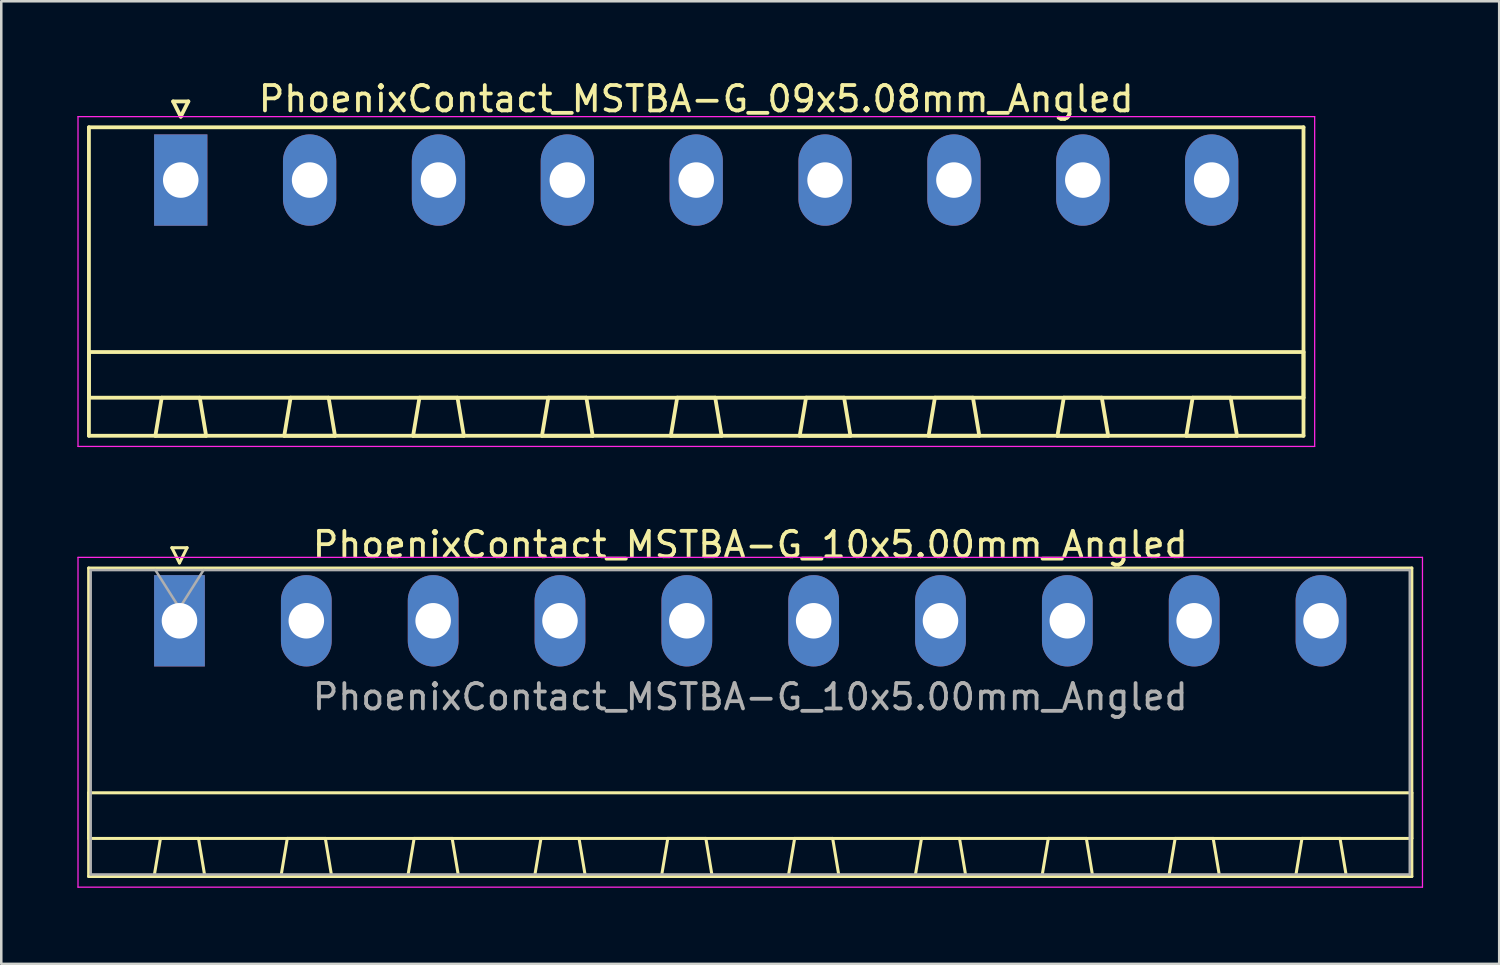
<source format=kicad_pcb>
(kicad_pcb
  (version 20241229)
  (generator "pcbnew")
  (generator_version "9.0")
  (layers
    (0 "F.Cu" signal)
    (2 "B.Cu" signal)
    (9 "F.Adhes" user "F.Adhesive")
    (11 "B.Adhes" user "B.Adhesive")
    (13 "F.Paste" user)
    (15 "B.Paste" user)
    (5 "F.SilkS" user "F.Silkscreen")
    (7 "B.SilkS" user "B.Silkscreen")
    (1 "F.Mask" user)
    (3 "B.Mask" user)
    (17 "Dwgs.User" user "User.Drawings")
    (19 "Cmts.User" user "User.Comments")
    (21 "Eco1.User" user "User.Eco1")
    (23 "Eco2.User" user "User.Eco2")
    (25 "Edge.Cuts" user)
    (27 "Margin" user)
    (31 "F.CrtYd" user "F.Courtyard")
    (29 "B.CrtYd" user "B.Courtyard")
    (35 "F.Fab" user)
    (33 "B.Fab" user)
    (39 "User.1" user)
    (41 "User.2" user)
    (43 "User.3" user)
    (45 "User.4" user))
  (footprint "PhoenixContact_MSTBA-G_10x5.00mm_Angled"
    (layer "F.Cu")
    (at 4.025 21.422)
    (property "Reference" "PhoenixContact_MSTBA-G_10x5.00mm_Angled" (at 22.5 -3 0) (layer "F.SilkS") (effects (font (size 1 1) (thickness 0.15))))
    (attr through_hole)
    (fp_line (start -3.58 -2.08) (end -3.58 10.08) (stroke (width 0.12) (type solid)) (layer "F.SilkS"))
    (fp_line (start -3.58 6.78) (end 48.58 6.78) (stroke (width 0.12) (type solid)) (layer "F.SilkS"))
    (fp_line (start -3.58 8.58) (end -3.58 6.78) (stroke (width 0.12) (type solid)) (layer "F.SilkS"))
    (fp_line (start -3.58 10.08) (end 48.58 10.08) (stroke (width 0.12) (type solid)) (layer "F.SilkS"))
    (fp_line (start -1 10.08) (end 1 10.08) (stroke (width 0.12) (type solid)) (layer "F.SilkS"))
    (fp_line (start -0.75 8.58) (end -1 10.08) (stroke (width 0.12) (type solid)) (layer "F.SilkS"))
    (fp_line (start -0.3 -2.88) (end 0.3 -2.88) (stroke (width 0.12) (type solid)) (layer "F.SilkS"))
    (fp_line (start 0 -2.28) (end -0.3 -2.88) (stroke (width 0.12) (type solid)) (layer "F.SilkS"))
    (fp_line (start 0.3 -2.88) (end 0 -2.28) (stroke (width 0.12) (type solid)) (layer "F.SilkS"))
    (fp_line (start 0.75 8.58) (end -0.75 8.58) (stroke (width 0.12) (type solid)) (layer "F.SilkS"))
    (fp_line (start 1 10.08) (end 0.75 8.58) (stroke (width 0.12) (type solid)) (layer "F.SilkS"))
    (fp_line (start 4 10.08) (end 6 10.08) (stroke (width 0.12) (type solid)) (layer "F.SilkS"))
    (fp_line (start 4.25 8.58) (end 4 10.08) (stroke (width 0.12) (type solid)) (layer "F.SilkS"))
    (fp_line (start 5.75 8.58) (end 4.25 8.58) (stroke (width 0.12) (type solid)) (layer "F.SilkS"))
    (fp_line (start 6 10.08) (end 5.75 8.58) (stroke (width 0.12) (type solid)) (layer "F.SilkS"))
    (fp_line (start 9 10.08) (end 11 10.08) (stroke (width 0.12) (type solid)) (layer "F.SilkS"))
    (fp_line (start 9.25 8.58) (end 9 10.08) (stroke (width 0.12) (type solid)) (layer "F.SilkS"))
    (fp_line (start 10.75 8.58) (end 9.25 8.58) (stroke (width 0.12) (type solid)) (layer "F.SilkS"))
    (fp_line (start 11 10.08) (end 10.75 8.58) (stroke (width 0.12) (type solid)) (layer "F.SilkS"))
    (fp_line (start 14 10.08) (end 16 10.08) (stroke (width 0.12) (type solid)) (layer "F.SilkS"))
    (fp_line (start 14.25 8.58) (end 14 10.08) (stroke (width 0.12) (type solid)) (layer "F.SilkS"))
    (fp_line (start 15.75 8.58) (end 14.25 8.58) (stroke (width 0.12) (type solid)) (layer "F.SilkS"))
    (fp_line (start 16 10.08) (end 15.75 8.58) (stroke (width 0.12) (type solid)) (layer "F.SilkS"))
    (fp_line (start 19 10.08) (end 21 10.08) (stroke (width 0.12) (type solid)) (layer "F.SilkS"))
    (fp_line (start 19.25 8.58) (end 19 10.08) (stroke (width 0.12) (type solid)) (layer "F.SilkS"))
    (fp_line (start 20.75 8.58) (end 19.25 8.58) (stroke (width 0.12) (type solid)) (layer "F.SilkS"))
    (fp_line (start 21 10.08) (end 20.75 8.58) (stroke (width 0.12) (type solid)) (layer "F.SilkS"))
    (fp_line (start 24 10.08) (end 26 10.08) (stroke (width 0.12) (type solid)) (layer "F.SilkS"))
    (fp_line (start 24.25 8.58) (end 24 10.08) (stroke (width 0.12) (type solid)) (layer "F.SilkS"))
    (fp_line (start 25.75 8.58) (end 24.25 8.58) (stroke (width 0.12) (type solid)) (layer "F.SilkS"))
    (fp_line (start 26 10.08) (end 25.75 8.58) (stroke (width 0.12) (type solid)) (layer "F.SilkS"))
    (fp_line (start 29 10.08) (end 31 10.08) (stroke (width 0.12) (type solid)) (layer "F.SilkS"))
    (fp_line (start 29.25 8.58) (end 29 10.08) (stroke (width 0.12) (type solid)) (layer "F.SilkS"))
    (fp_line (start 30.75 8.58) (end 29.25 8.58) (stroke (width 0.12) (type solid)) (layer "F.SilkS"))
    (fp_line (start 31 10.08) (end 30.75 8.58) (stroke (width 0.12) (type solid)) (layer "F.SilkS"))
    (fp_line (start 34 10.08) (end 36 10.08) (stroke (width 0.12) (type solid)) (layer "F.SilkS"))
    (fp_line (start 34.25 8.58) (end 34 10.08) (stroke (width 0.12) (type solid)) (layer "F.SilkS"))
    (fp_line (start 35.75 8.58) (end 34.25 8.58) (stroke (width 0.12) (type solid)) (layer "F.SilkS"))
    (fp_line (start 36 10.08) (end 35.75 8.58) (stroke (width 0.12) (type solid)) (layer "F.SilkS"))
    (fp_line (start 39 10.08) (end 41 10.08) (stroke (width 0.12) (type solid)) (layer "F.SilkS"))
    (fp_line (start 39.25 8.58) (end 39 10.08) (stroke (width 0.12) (type solid)) (layer "F.SilkS"))
    (fp_line (start 40.75 8.58) (end 39.25 8.58) (stroke (width 0.12) (type solid)) (layer "F.SilkS"))
    (fp_line (start 41 10.08) (end 40.75 8.58) (stroke (width 0.12) (type solid)) (layer "F.SilkS"))
    (fp_line (start 44 10.08) (end 46 10.08) (stroke (width 0.12) (type solid)) (layer "F.SilkS"))
    (fp_line (start 44.25 8.58) (end 44 10.08) (stroke (width 0.12) (type solid)) (layer "F.SilkS"))
    (fp_line (start 45.75 8.58) (end 44.25 8.58) (stroke (width 0.12) (type solid)) (layer "F.SilkS"))
    (fp_line (start 46 10.08) (end 45.75 8.58) (stroke (width 0.12) (type solid)) (layer "F.SilkS"))
    (fp_line (start 48.58 -2.08) (end -3.58 -2.08) (stroke (width 0.12) (type solid)) (layer "F.SilkS"))
    (fp_line (start 48.58 6.78) (end 48.58 8.58) (stroke (width 0.12) (type solid)) (layer "F.SilkS"))
    (fp_line (start 48.58 8.58) (end -3.58 8.58) (stroke (width 0.12) (type solid)) (layer "F.SilkS"))
    (fp_line (start 48.58 10.08) (end 48.58 -2.08) (stroke (width 0.12) (type solid)) (layer "F.SilkS"))
    (fp_line (start -4 -2.5) (end -4 10.5) (stroke (width 0.05) (type solid)) (layer "F.CrtYd"))
    (fp_line (start -4 10.5) (end 49 10.5) (stroke (width 0.05) (type solid)) (layer "F.CrtYd"))
    (fp_line (start 49 -2.5) (end -4 -2.5) (stroke (width 0.05) (type solid)) (layer "F.CrtYd"))
    (fp_line (start 49 10.5) (end 49 -2.5) (stroke (width 0.05) (type solid)) (layer "F.CrtYd"))
    (fp_line (start -3.5 -2) (end -3.5 10) (stroke (width 0.1) (type solid)) (layer "F.Fab"))
    (fp_line (start -3.5 10) (end 48.5 10) (stroke (width 0.1) (type solid)) (layer "F.Fab"))
    (fp_line (start 0 -0.5) (end -0.95 -2) (stroke (width 0.1) (type solid)) (layer "F.Fab"))
    (fp_line (start 0.95 -2) (end 0 -0.5) (stroke (width 0.1) (type solid)) (layer "F.Fab"))
    (fp_line (start 48.5 -2) (end -3.5 -2) (stroke (width 0.1) (type solid)) (layer "F.Fab"))
    (fp_line (start 48.5 10) (end 48.5 -2) (stroke (width 0.1) (type solid)) (layer "F.Fab"))
    (fp_text user "${REFERENCE}" (at 22.5 3 0) (layer "F.Fab") (effects (font (size 1 1) (thickness 0.15))))
    (pad "1" thru_hole rect (at 0 0) (size 2 3.6) (drill 1.4) (layers "*.Cu" "*.Mask"))
    (pad "2" thru_hole oval (at 5 0) (size 2 3.6) (drill 1.4) (layers "*.Cu" "*.Mask"))
    (pad "3" thru_hole oval (at 10 0) (size 2 3.6) (drill 1.4) (layers "*.Cu" "*.Mask"))
    (pad "4" thru_hole oval (at 15 0) (size 2 3.6) (drill 1.4) (layers "*.Cu" "*.Mask"))
    (pad "5" thru_hole oval (at 20 0) (size 2 3.6) (drill 1.4) (layers "*.Cu" "*.Mask"))
    (pad "6" thru_hole oval (at 25 0) (size 2 3.6) (drill 1.4) (layers "*.Cu" "*.Mask"))
    (pad "7" thru_hole oval (at 30 0) (size 2 3.6) (drill 1.4) (layers "*.Cu" "*.Mask"))
    (pad "8" thru_hole oval (at 35 0) (size 2 3.6) (drill 1.4) (layers "*.Cu" "*.Mask"))
    (pad "9" thru_hole oval (at 40 0) (size 2 3.6) (drill 1.4) (layers "*.Cu" "*.Mask"))
    (pad "10" thru_hole oval (at 45 0) (size 2 3.6) (drill 1.4) (layers "*.Cu" "*.Mask")))
  (footprint "PhoenixContact_MSTBA-G_09x5.08mm_Angled"
    (layer "F.Cu")
    (at 4.075 4.048)
    (property "Reference" "PhoenixContact_MSTBA-G_09x5.08mm_Angled" (at 20.32 -3.2 0) (layer "F.SilkS") (effects (font (size 1 1) (thickness 0.15))))
    (attr through_hole)
    (fp_line (start -3.62 -2.08) (end -3.62 10.08) (stroke (width 0.15) (type solid)) (layer "F.SilkS"))
    (fp_line (start -3.62 6.78) (end 44.26 6.78) (stroke (width 0.15) (type solid)) (layer "F.SilkS"))
    (fp_line (start -3.62 8.58) (end -3.62 6.78) (stroke (width 0.15) (type solid)) (layer "F.SilkS"))
    (fp_line (start -3.62 10.08) (end 44.26 10.08) (stroke (width 0.15) (type solid)) (layer "F.SilkS"))
    (fp_line (start -1 10.08) (end 1 10.08) (stroke (width 0.15) (type solid)) (layer "F.SilkS"))
    (fp_line (start -0.75 8.58) (end -1 10.08) (stroke (width 0.15) (type solid)) (layer "F.SilkS"))
    (fp_line (start -0.3 -3.1) (end 0 -2.5) (stroke (width 0.15) (type solid)) (layer "F.SilkS"))
    (fp_line (start 0 -2.5) (end 0.3 -3.1) (stroke (width 0.15) (type solid)) (layer "F.SilkS"))
    (fp_line (start 0.3 -3.1) (end -0.3 -3.1) (stroke (width 0.15) (type solid)) (layer "F.SilkS"))
    (fp_line (start 0.75 8.58) (end -0.75 8.58) (stroke (width 0.15) (type solid)) (layer "F.SilkS"))
    (fp_line (start 1 10.08) (end 0.75 8.58) (stroke (width 0.15) (type solid)) (layer "F.SilkS"))
    (fp_line (start 4.08 10.08) (end 6.08 10.08) (stroke (width 0.15) (type solid)) (layer "F.SilkS"))
    (fp_line (start 4.33 8.58) (end 4.08 10.08) (stroke (width 0.15) (type solid)) (layer "F.SilkS"))
    (fp_line (start 5.83 8.58) (end 4.33 8.58) (stroke (width 0.15) (type solid)) (layer "F.SilkS"))
    (fp_line (start 6.08 10.08) (end 5.83 8.58) (stroke (width 0.15) (type solid)) (layer "F.SilkS"))
    (fp_line (start 9.16 10.08) (end 11.16 10.08) (stroke (width 0.15) (type solid)) (layer "F.SilkS"))
    (fp_line (start 9.41 8.58) (end 9.16 10.08) (stroke (width 0.15) (type solid)) (layer "F.SilkS"))
    (fp_line (start 10.91 8.58) (end 9.41 8.58) (stroke (width 0.15) (type solid)) (layer "F.SilkS"))
    (fp_line (start 11.16 10.08) (end 10.91 8.58) (stroke (width 0.15) (type solid)) (layer "F.SilkS"))
    (fp_line (start 14.24 10.08) (end 16.24 10.08) (stroke (width 0.15) (type solid)) (layer "F.SilkS"))
    (fp_line (start 14.49 8.58) (end 14.24 10.08) (stroke (width 0.15) (type solid)) (layer "F.SilkS"))
    (fp_line (start 15.99 8.58) (end 14.49 8.58) (stroke (width 0.15) (type solid)) (layer "F.SilkS"))
    (fp_line (start 16.24 10.08) (end 15.99 8.58) (stroke (width 0.15) (type solid)) (layer "F.SilkS"))
    (fp_line (start 19.32 10.08) (end 21.32 10.08) (stroke (width 0.15) (type solid)) (layer "F.SilkS"))
    (fp_line (start 19.57 8.58) (end 19.32 10.08) (stroke (width 0.15) (type solid)) (layer "F.SilkS"))
    (fp_line (start 21.07 8.58) (end 19.57 8.58) (stroke (width 0.15) (type solid)) (layer "F.SilkS"))
    (fp_line (start 21.32 10.08) (end 21.07 8.58) (stroke (width 0.15) (type solid)) (layer "F.SilkS"))
    (fp_line (start 24.4 10.08) (end 26.4 10.08) (stroke (width 0.15) (type solid)) (layer "F.SilkS"))
    (fp_line (start 24.65 8.58) (end 24.4 10.08) (stroke (width 0.15) (type solid)) (layer "F.SilkS"))
    (fp_line (start 26.15 8.58) (end 24.65 8.58) (stroke (width 0.15) (type solid)) (layer "F.SilkS"))
    (fp_line (start 26.4 10.08) (end 26.15 8.58) (stroke (width 0.15) (type solid)) (layer "F.SilkS"))
    (fp_line (start 29.48 10.08) (end 31.48 10.08) (stroke (width 0.15) (type solid)) (layer "F.SilkS"))
    (fp_line (start 29.73 8.58) (end 29.48 10.08) (stroke (width 0.15) (type solid)) (layer "F.SilkS"))
    (fp_line (start 31.23 8.58) (end 29.73 8.58) (stroke (width 0.15) (type solid)) (layer "F.SilkS"))
    (fp_line (start 31.48 10.08) (end 31.23 8.58) (stroke (width 0.15) (type solid)) (layer "F.SilkS"))
    (fp_line (start 34.56 10.08) (end 36.56 10.08) (stroke (width 0.15) (type solid)) (layer "F.SilkS"))
    (fp_line (start 34.81 8.58) (end 34.56 10.08) (stroke (width 0.15) (type solid)) (layer "F.SilkS"))
    (fp_line (start 36.31 8.58) (end 34.81 8.58) (stroke (width 0.15) (type solid)) (layer "F.SilkS"))
    (fp_line (start 36.56 10.08) (end 36.31 8.58) (stroke (width 0.15) (type solid)) (layer "F.SilkS"))
    (fp_line (start 39.64 10.08) (end 41.64 10.08) (stroke (width 0.15) (type solid)) (layer "F.SilkS"))
    (fp_line (start 39.89 8.58) (end 39.64 10.08) (stroke (width 0.15) (type solid)) (layer "F.SilkS"))
    (fp_line (start 41.39 8.58) (end 39.89 8.58) (stroke (width 0.15) (type solid)) (layer "F.SilkS"))
    (fp_line (start 41.64 10.08) (end 41.39 8.58) (stroke (width 0.15) (type solid)) (layer "F.SilkS"))
    (fp_line (start 44.26 -2.08) (end -3.62 -2.08) (stroke (width 0.15) (type solid)) (layer "F.SilkS"))
    (fp_line (start 44.26 6.78) (end 44.26 8.58) (stroke (width 0.15) (type solid)) (layer "F.SilkS"))
    (fp_line (start 44.26 8.58) (end -3.62 8.58) (stroke (width 0.15) (type solid)) (layer "F.SilkS"))
    (fp_line (start 44.26 10.08) (end 44.26 -2.08) (stroke (width 0.15) (type solid)) (layer "F.SilkS"))
    (fp_line (start -4.05 -2.5) (end -4.05 10.5) (stroke (width 0.05) (type solid)) (layer "F.CrtYd"))
    (fp_line (start -4.05 10.5) (end 44.7 10.5) (stroke (width 0.05) (type solid)) (layer "F.CrtYd"))
    (fp_line (start 44.7 -2.5) (end -4.05 -2.5) (stroke (width 0.05) (type solid)) (layer "F.CrtYd"))
    (fp_line (start 44.7 10.5) (end 44.7 -2.5) (stroke (width 0.05) (type solid)) (layer "F.CrtYd"))
    (pad "1" thru_hole rect (at 0 0) (size 2.1 3.6) (drill 1.4) (layers "*.Cu" "*.Mask"))
    (pad "2" thru_hole oval (at 5.08 0) (size 2.1 3.6) (drill 1.4) (layers "*.Cu" "*.Mask"))
    (pad "3" thru_hole oval (at 10.16 0) (size 2.1 3.6) (drill 1.4) (layers "*.Cu" "*.Mask"))
    (pad "4" thru_hole oval (at 15.24 0) (size 2.1 3.6) (drill 1.4) (layers "*.Cu" "*.Mask"))
    (pad "5" thru_hole oval (at 20.32 0) (size 2.1 3.6) (drill 1.4) (layers "*.Cu" "*.Mask"))
    (pad "6" thru_hole oval (at 25.4 0) (size 2.1 3.6) (drill 1.4) (layers "*.Cu" "*.Mask"))
    (pad "7" thru_hole oval (at 30.48 0) (size 2.1 3.6) (drill 1.4) (layers "*.Cu" "*.Mask"))
    (pad "8" thru_hole oval (at 35.56 0) (size 2.1 3.6) (drill 1.4) (layers "*.Cu" "*.Mask"))
    (pad "9" thru_hole oval (at 40.64 0) (size 2.1 3.6) (drill 1.4) (layers "*.Cu" "*.Mask")))
  (gr_rect
    (start -3 -3)
    (end 56.05 34.947)
    (stroke (width 0.1) (type default))
    (fill no)
    (layer "Edge.Cuts")))
</source>
